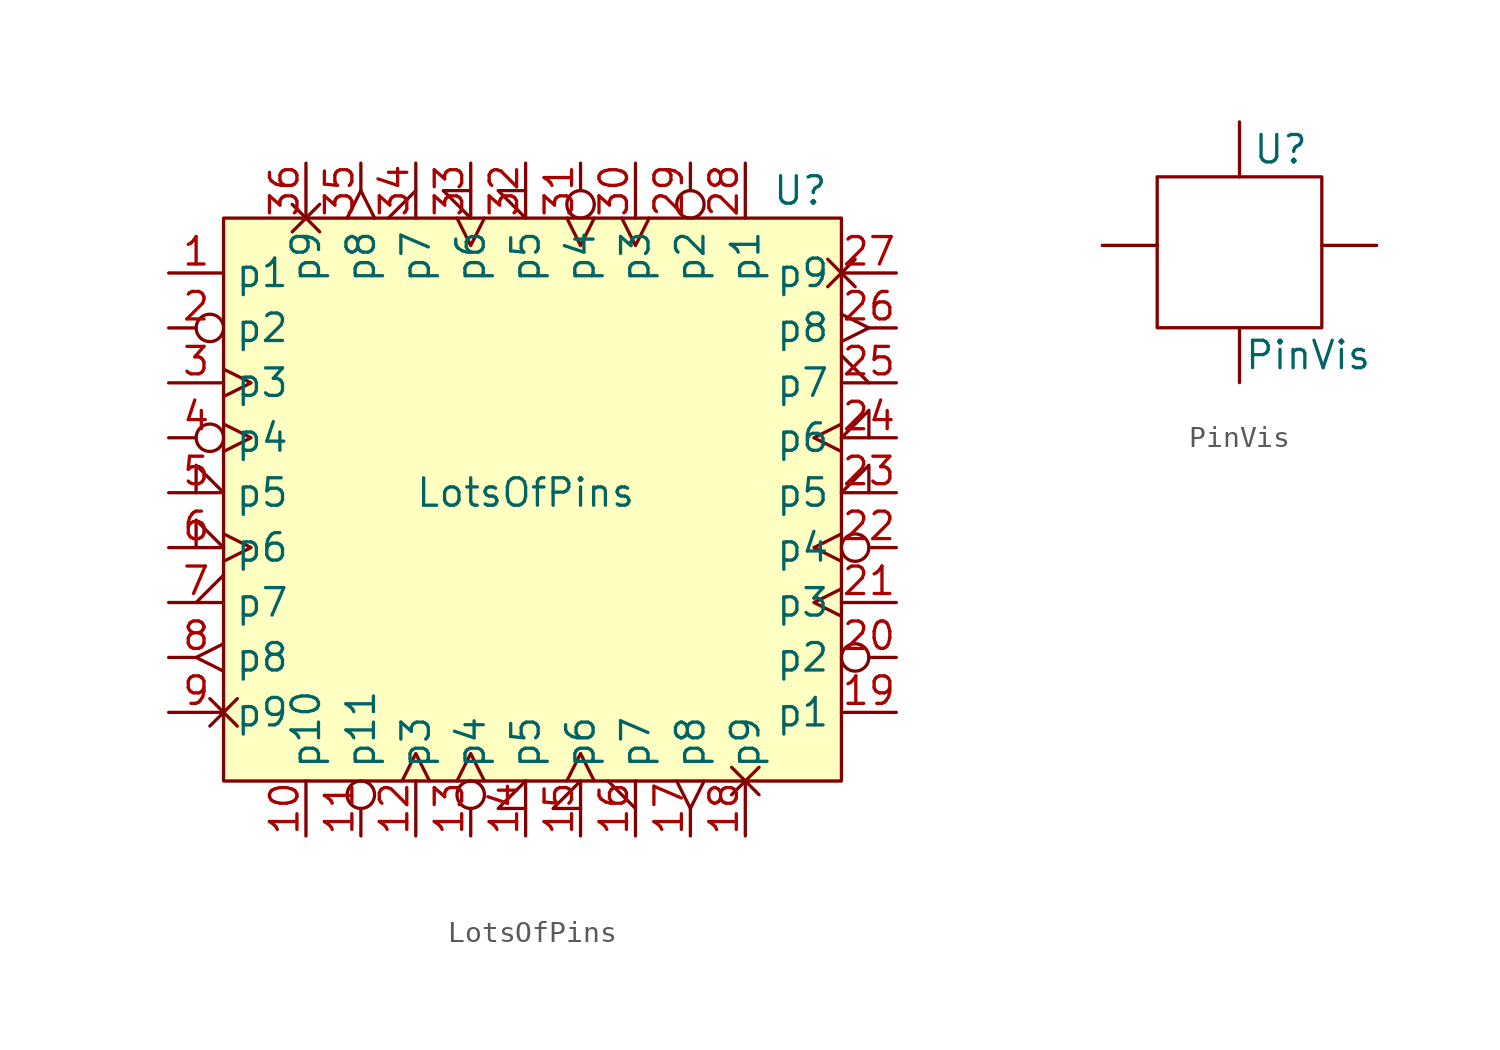
<source format=kicad_sym>
(kicad_symbol_lib
  (version 20211014)
  (generator kicad_symbol_editor)
  (symbol "LotsOfPins"
    (property "Reference" "U"
      (at 6.985 21.59 0)
      (effects (font (size 1.27 1.27))))
    (property "Value" "LotsOfPins"
      (at -5.715 7.62 0)
      (effects (font (size 1.27 1.27))))
    (symbol "LotsOfPins_0_1"
      (rectangle (start -19.685 20.32) (end 8.89 -5.715) (stroke (width 0) (type default) (color 0 0 0 0)) (fill (type background))))
    (symbol "LotsOfPins_1_1"
      (pin input line (at -22.225 17.78 0) (length 2.54) (name "p1" (effects (font (size 1.27 1.27)))) (number "1" (effects (font (size 1.27 1.27)))))
      (pin input line (at -15.875 -8.255 90) (length 2.54) (name "p10" (effects (font (size 1.27 1.27)))) (number "10" (effects (font (size 1.27 1.27)))))
      (pin input inverted (at -13.335 -8.255 90) (length 2.54) (name "p11" (effects (font (size 1.27 1.27)))) (number "11" (effects (font (size 1.27 1.27)))))
      (pin input clock (at -10.795 -8.255 90) (length 2.54) (name "p3" (effects (font (size 1.27 1.27)))) (number "12" (effects (font (size 1.27 1.27)))))
      (pin input inverted_clock (at -8.255 -8.255 90) (length 2.54) (name "p4" (effects (font (size 1.27 1.27)))) (number "13" (effects (font (size 1.27 1.27)))))
      (pin input input_low (at -5.715 -8.255 90) (length 2.54) (name "p5" (effects (font (size 1.27 1.27)))) (number "14" (effects (font (size 1.27 1.27)))))
      (pin input clock_low (at -3.175 -8.255 90) (length 2.54) (name "p6" (effects (font (size 1.27 1.27)))) (number "15" (effects (font (size 1.27 1.27)))))
      (pin input output_low (at -0.635 -8.255 90) (length 2.54) (name "p7" (effects (font (size 1.27 1.27)))) (number "16" (effects (font (size 1.27 1.27)))))
      (pin input edge_clock_high (at 1.905 -8.255 90) (length 2.54) (name "p8" (effects (font (size 1.27 1.27)))) (number "17" (effects (font (size 1.27 1.27)))))
      (pin input non_logic (at 4.445 -8.255 90) (length 2.54) (name "p9" (effects (font (size 1.27 1.27)))) (number "18" (effects (font (size 1.27 1.27)))))
      (pin input line (at 11.43 -2.54 180) (length 2.54) (name "p1" (effects (font (size 1.27 1.27)))) (number "19" (effects (font (size 1.27 1.27)))))
      (pin input inverted (at -22.225 15.24 0) (length 2.54) (name "p2" (effects (font (size 1.27 1.27)))) (number "2" (effects (font (size 1.27 1.27)))))
      (pin input inverted (at 11.43 0 180) (length 2.54) (name "p2" (effects (font (size 1.27 1.27)))) (number "20" (effects (font (size 1.27 1.27)))))
      (pin input clock (at 11.43 2.54 180) (length 2.54) (name "p3" (effects (font (size 1.27 1.27)))) (number "21" (effects (font (size 1.27 1.27)))))
      (pin input inverted_clock (at 11.43 5.08 180) (length 2.54) (name "p4" (effects (font (size 1.27 1.27)))) (number "22" (effects (font (size 1.27 1.27)))))
      (pin input input_low (at 11.43 7.62 180) (length 2.54) (name "p5" (effects (font (size 1.27 1.27)))) (number "23" (effects (font (size 1.27 1.27)))))
      (pin input clock_low (at 11.43 10.16 180) (length 2.54) (name "p6" (effects (font (size 1.27 1.27)))) (number "24" (effects (font (size 1.27 1.27)))))
      (pin input output_low (at 11.43 12.7 180) (length 2.54) (name "p7" (effects (font (size 1.27 1.27)))) (number "25" (effects (font (size 1.27 1.27)))))
      (pin input edge_clock_high (at 11.43 15.24 180) (length 2.54) (name "p8" (effects (font (size 1.27 1.27)))) (number "26" (effects (font (size 1.27 1.27)))))
      (pin input non_logic (at 11.43 17.78 180) (length 2.54) (name "p9" (effects (font (size 1.27 1.27)))) (number "27" (effects (font (size 1.27 1.27)))))
      (pin input line (at 4.445 22.86 270) (length 2.54) (name "p1" (effects (font (size 1.27 1.27)))) (number "28" (effects (font (size 1.27 1.27)))))
      (pin input inverted (at 1.905 22.86 270) (length 2.54) (name "p2" (effects (font (size 1.27 1.27)))) (number "29" (effects (font (size 1.27 1.27)))))
      (pin input clock (at -22.225 12.7 0) (length 2.54) (name "p3" (effects (font (size 1.27 1.27)))) (number "3" (effects (font (size 1.27 1.27)))))
      (pin input clock (at -0.635 22.86 270) (length 2.54) (name "p3" (effects (font (size 1.27 1.27)))) (number "30" (effects (font (size 1.27 1.27)))))
      (pin input inverted_clock (at -3.175 22.86 270) (length 2.54) (name "p4" (effects (font (size 1.27 1.27)))) (number "31" (effects (font (size 1.27 1.27)))))
      (pin input input_low (at -5.715 22.86 270) (length 2.54) (name "p5" (effects (font (size 1.27 1.27)))) (number "32" (effects (font (size 1.27 1.27)))))
      (pin input clock_low (at -8.255 22.86 270) (length 2.54) (name "p6" (effects (font (size 1.27 1.27)))) (number "33" (effects (font (size 1.27 1.27)))))
      (pin input output_low (at -10.795 22.86 270) (length 2.54) (name "p7" (effects (font (size 1.27 1.27)))) (number "34" (effects (font (size 1.27 1.27)))))
      (pin input edge_clock_high (at -13.335 22.86 270) (length 2.54) (name "p8" (effects (font (size 1.27 1.27)))) (number "35" (effects (font (size 1.27 1.27)))))
      (pin input non_logic (at -15.875 22.86 270) (length 2.54) (name "p9" (effects (font (size 1.27 1.27)))) (number "36" (effects (font (size 1.27 1.27)))))
      (pin input inverted_clock (at -22.225 10.16 0) (length 2.54) (name "p4" (effects (font (size 1.27 1.27)))) (number "4" (effects (font (size 1.27 1.27)))))
      (pin input input_low (at -22.225 7.62 0) (length 2.54) (name "p5" (effects (font (size 1.27 1.27)))) (number "5" (effects (font (size 1.27 1.27)))))
      (pin input clock_low (at -22.225 5.08 0) (length 2.54) (name "p6" (effects (font (size 1.27 1.27)))) (number "6" (effects (font (size 1.27 1.27)))))
      (pin input output_low (at -22.225 2.54 0) (length 2.54) (name "p7" (effects (font (size 1.27 1.27)))) (number "7" (effects (font (size 1.27 1.27)))))
      (pin input edge_clock_high (at -22.225 0 0) (length 2.54) (name "p8" (effects (font (size 1.27 1.27)))) (number "8" (effects (font (size 1.27 1.27)))))
      (pin input non_logic (at -22.225 -2.54 0) (length 2.54) (name "p9" (effects (font (size 1.27 1.27)))) (number "9" (effects (font (size 1.27 1.27)))))))
  (symbol "PinVis"
    (pin_numbers hide)
    (pin_names hide)
    (property "Reference" "U"
      (at 1.905 4.445 0)
      (effects (font (size 1.27 1.27))))
    (property "Value" "PinVis"
      (at 3.175 -5.08 0)
      (effects (font (size 1.27 1.27))))
    (symbol "PinVis_0_1"
      (rectangle (start -3.81 3.175) (end 3.81 -3.81) (stroke (width 0) (type default) (color 0 0 0 0)) (fill (type none))))
    (symbol "PinVis_1_1"
      (pin input line (at -6.35 0 0) (length 2.54) (name "p1" (effects (font (size 1.27 1.27)))) (number "1" (effects (font (size 1.27 1.27)))))
      (pin input line (at 0 -6.35 90) (length 2.54) (name "p2" (effects (font (size 1.27 1.27)))) (number "2" (effects (font (size 1.27 1.27)))))
      (pin input line (at 6.35 0 180) (length 2.54) (name "p3" (effects (font (size 1.27 1.27)))) (number "3" (effects (font (size 1.27 1.27)))))
      (pin input line (at 0 5.715 270) (length 2.54) (name "p4" (effects (font (size 1.27 1.27)))) (number "4" (effects (font (size 1.27 1.27))))))))
</source>
